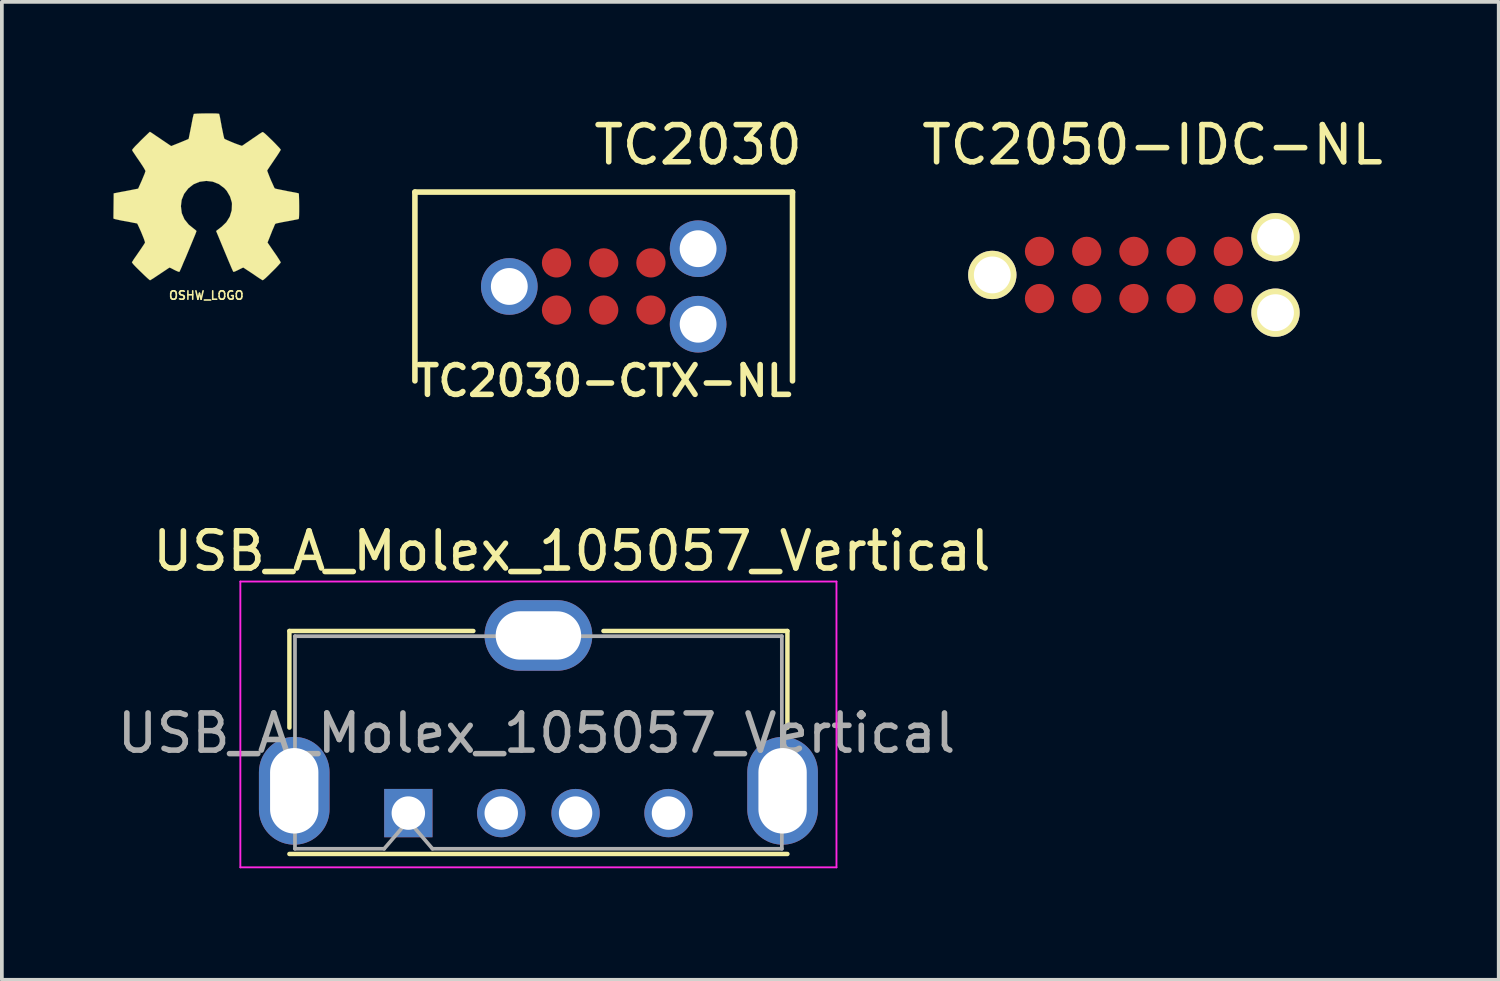
<source format=kicad_pcb>
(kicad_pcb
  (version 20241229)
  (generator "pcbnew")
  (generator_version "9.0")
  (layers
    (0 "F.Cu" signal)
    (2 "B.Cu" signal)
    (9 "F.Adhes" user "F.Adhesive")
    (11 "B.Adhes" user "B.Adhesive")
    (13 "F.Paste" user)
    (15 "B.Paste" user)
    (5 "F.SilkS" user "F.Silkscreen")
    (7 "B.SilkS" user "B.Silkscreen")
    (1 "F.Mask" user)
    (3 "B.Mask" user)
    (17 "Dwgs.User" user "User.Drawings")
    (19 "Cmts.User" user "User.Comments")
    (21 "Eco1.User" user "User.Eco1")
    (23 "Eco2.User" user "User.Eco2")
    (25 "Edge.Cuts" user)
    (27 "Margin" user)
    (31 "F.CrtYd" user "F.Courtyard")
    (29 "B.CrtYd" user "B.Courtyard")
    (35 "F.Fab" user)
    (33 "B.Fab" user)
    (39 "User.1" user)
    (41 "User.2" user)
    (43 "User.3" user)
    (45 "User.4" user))
  (footprint "OSHW_LOGO"
    (layer "F.Cu")
    (at 2.501 2.247)
    (property "Reference" "OSHW_LOGO" (at 0 2.652 0) (layer "F.SilkS") (effects (font (size 0.226 0.226) (thickness 0.043))))
    (attr through_hole)
    (fp_poly (pts (xy -1.514 2.245) (xy -1.488 2.23) (xy -1.43 2.195) (xy -1.346 2.139) (xy -1.247 2.073) (xy -1.148 2.007) (xy -1.067 1.953) (xy -1.011 1.915) (xy -0.986 1.902) (xy -0.973 1.908) (xy -0.927 1.93) (xy -0.859 1.966) (xy -0.818 1.986) (xy -0.757 2.012) (xy -0.724 2.019) (xy -0.719 2.009) (xy -0.696 1.961) (xy -0.66 1.88) (xy -0.615 1.77) (xy -0.559 1.643) (xy -0.503 1.509) (xy -0.445 1.369) (xy -0.389 1.234) (xy -0.34 1.115) (xy -0.3 1.019) (xy -0.274 0.95) (xy -0.264 0.922) (xy -0.267 0.914) (xy -0.3 0.884) (xy -0.353 0.843) (xy -0.472 0.747) (xy -0.589 0.602) (xy -0.66 0.437) (xy -0.683 0.251) (xy -0.663 0.081) (xy -0.597 -0.081) (xy -0.483 -0.229) (xy -0.343 -0.338) (xy -0.18 -0.406) (xy 0 -0.429) (xy 0.173 -0.409) (xy 0.34 -0.343) (xy 0.488 -0.231) (xy 0.551 -0.16) (xy 0.638 -0.01) (xy 0.686 0.147) (xy 0.691 0.188) (xy 0.683 0.363) (xy 0.632 0.533) (xy 0.538 0.683) (xy 0.409 0.808) (xy 0.394 0.818) (xy 0.335 0.864) (xy 0.295 0.894) (xy 0.264 0.919) (xy 0.488 1.458) (xy 0.523 1.542) (xy 0.584 1.689) (xy 0.638 1.816) (xy 0.681 1.918) (xy 0.711 1.984) (xy 0.724 2.012) (xy 0.724 2.014) (xy 0.744 2.017) (xy 0.785 2.002) (xy 0.861 1.966) (xy 0.909 1.941) (xy 0.968 1.913) (xy 0.993 1.902) (xy 1.016 1.915) (xy 1.069 1.951) (xy 1.151 2.004) (xy 1.247 2.068) (xy 1.339 2.131) (xy 1.422 2.187) (xy 1.483 2.225) (xy 1.514 2.243) (xy 1.519 2.243) (xy 1.544 2.228) (xy 1.593 2.187) (xy 1.666 2.118) (xy 1.77 2.014) (xy 1.786 1.999) (xy 1.872 1.913) (xy 1.941 1.839) (xy 1.986 1.788) (xy 2.004 1.765) (xy 1.989 1.735) (xy 1.951 1.674) (xy 1.895 1.587) (xy 1.826 1.488) (xy 1.648 1.229) (xy 1.745 0.986) (xy 1.775 0.909) (xy 1.814 0.82) (xy 1.841 0.754) (xy 1.857 0.726) (xy 1.882 0.716) (xy 1.951 0.701) (xy 2.047 0.681) (xy 2.162 0.66) (xy 2.273 0.64) (xy 2.372 0.62) (xy 2.443 0.607) (xy 2.477 0.599) (xy 2.484 0.594) (xy 2.492 0.579) (xy 2.494 0.546) (xy 2.497 0.485) (xy 2.499 0.391) (xy 2.499 0.251) (xy 2.499 0.236) (xy 2.497 0.107) (xy 2.494 0) (xy 2.492 -0.066) (xy 2.487 -0.094) (xy 2.456 -0.102) (xy 2.385 -0.117) (xy 2.286 -0.135) (xy 2.167 -0.157) (xy 2.159 -0.16) (xy 2.042 -0.183) (xy 1.943 -0.203) (xy 1.872 -0.218) (xy 1.844 -0.229) (xy 1.836 -0.236) (xy 1.814 -0.282) (xy 1.781 -0.356) (xy 1.74 -0.445) (xy 1.702 -0.538) (xy 1.669 -0.622) (xy 1.646 -0.683) (xy 1.638 -0.711) (xy 1.641 -0.714) (xy 1.659 -0.742) (xy 1.699 -0.803) (xy 1.755 -0.886) (xy 1.824 -0.988) (xy 1.829 -0.996) (xy 1.897 -1.095) (xy 1.953 -1.181) (xy 1.989 -1.24) (xy 2.004 -1.267) (xy 2.004 -1.27) (xy 1.981 -1.3) (xy 1.93 -1.356) (xy 1.857 -1.433) (xy 1.77 -1.521) (xy 1.742 -1.547) (xy 1.643 -1.643) (xy 1.577 -1.704) (xy 1.534 -1.737) (xy 1.514 -1.745) (xy 1.483 -1.727) (xy 1.42 -1.687) (xy 1.336 -1.628) (xy 1.234 -1.56) (xy 1.227 -1.554) (xy 1.128 -1.486) (xy 1.044 -1.43) (xy 0.986 -1.389) (xy 0.958 -1.374) (xy 0.955 -1.374) (xy 0.914 -1.387) (xy 0.843 -1.412) (xy 0.754 -1.445) (xy 0.663 -1.483) (xy 0.579 -1.519) (xy 0.516 -1.547) (xy 0.485 -1.565) (xy 0.475 -1.6) (xy 0.457 -1.676) (xy 0.437 -1.778) (xy 0.411 -1.9) (xy 0.409 -1.92) (xy 0.386 -2.04) (xy 0.368 -2.139) (xy 0.353 -2.207) (xy 0.345 -2.235) (xy 0.33 -2.238) (xy 0.272 -2.243) (xy 0.183 -2.245) (xy 0.074 -2.245) (xy -0.038 -2.245) (xy -0.147 -2.243) (xy -0.241 -2.24) (xy -0.31 -2.235) (xy -0.338 -2.23) (xy -0.338 -2.228) (xy -0.348 -2.189) (xy -0.366 -2.116) (xy -0.386 -2.012) (xy -0.409 -1.89) (xy -0.414 -1.867) (xy -0.437 -1.75) (xy -0.457 -1.651) (xy -0.47 -1.585) (xy -0.478 -1.557) (xy -0.49 -1.552) (xy -0.538 -1.532) (xy -0.617 -1.499) (xy -0.716 -1.458) (xy -0.945 -1.367) (xy -1.227 -1.557) (xy -1.252 -1.575) (xy -1.354 -1.643) (xy -1.435 -1.699) (xy -1.494 -1.737) (xy -1.516 -1.75) (xy -1.519 -1.75) (xy -1.547 -1.725) (xy -1.603 -1.671) (xy -1.679 -1.598) (xy -1.768 -1.511) (xy -1.831 -1.445) (xy -1.91 -1.367) (xy -1.958 -1.313) (xy -1.986 -1.28) (xy -1.994 -1.26) (xy -1.991 -1.245) (xy -1.974 -1.217) (xy -1.933 -1.156) (xy -1.875 -1.069) (xy -1.806 -0.97) (xy -1.75 -0.886) (xy -1.689 -0.792) (xy -1.651 -0.726) (xy -1.636 -0.693) (xy -1.641 -0.681) (xy -1.659 -0.625) (xy -1.694 -0.541) (xy -1.735 -0.442) (xy -1.834 -0.221) (xy -1.979 -0.193) (xy -2.068 -0.175) (xy -2.189 -0.152) (xy -2.309 -0.13) (xy -2.492 -0.094) (xy -2.499 0.582) (xy -2.471 0.594) (xy -2.443 0.602) (xy -2.375 0.617) (xy -2.278 0.638) (xy -2.162 0.658) (xy -2.065 0.676) (xy -1.966 0.696) (xy -1.895 0.709) (xy -1.864 0.716) (xy -1.854 0.726) (xy -1.831 0.775) (xy -1.796 0.851) (xy -1.755 0.942) (xy -1.717 1.036) (xy -1.681 1.125) (xy -1.659 1.191) (xy -1.648 1.224) (xy -1.661 1.252) (xy -1.699 1.311) (xy -1.753 1.392) (xy -1.821 1.491) (xy -1.887 1.587) (xy -1.946 1.671) (xy -1.984 1.732) (xy -2.002 1.76) (xy -1.991 1.778) (xy -1.953 1.826) (xy -1.88 1.902) (xy -1.768 2.012) (xy -1.75 2.029) (xy -1.664 2.113) (xy -1.59 2.182) (xy -1.537 2.228) (xy -1.514 2.245)) (stroke (width 0.003) (type solid)) (fill yes) (layer "F.SilkS")))
  (footprint "TC2030"
    (layer "F.Cu")
    (at 13.194 4.658)
    (property "Reference" "TC2030" (at 2.54 -3.81 0) (layer "F.SilkS") (effects (font (size 1 1) (thickness 0.15))))
    (attr through_hole)
    (fp_line (start -5.08 -2.54) (end -5.08 2.54) (stroke (width 0.15) (type solid)) (layer "F.SilkS"))
    (fp_line (start 5.08 -2.54) (end -5.08 -2.54) (stroke (width 0.15) (type solid)) (layer "F.SilkS"))
    (fp_line (start 5.08 2.54) (end 5.08 -2.54) (stroke (width 0.15) (type solid)) (layer "F.SilkS"))
    (fp_text user "TC2030-CTX-NL" (at 0 2.54 0) (layer "F.SilkS") (effects (font (size 0.8 0.8) (thickness 0.15))))
    (pad "" thru_hole circle (at -2.54 0) (size 1.524 1.524) (drill 0.991) (layers "*.Cu" "*.Mask"))
    (pad "" thru_hole circle (at 2.54 -1.016) (size 1.524 1.524) (drill 0.991) (layers "*.Cu" "*.Mask"))
    (pad "" thru_hole circle (at 2.54 1.016) (size 1.524 1.524) (drill 0.991) (layers "*.Cu" "*.Mask"))
    (pad "1" smd circle (at -1.27 0.635) (size 0.787 0.787) (layers "F.Cu" "F.Mask"))
    (pad "2" smd circle (at -1.27 -0.635) (size 0.787 0.787) (layers "F.Cu" "F.Mask"))
    (pad "3" smd circle (at 0 0.635) (size 0.787 0.787) (layers "F.Cu" "F.Mask"))
    (pad "4" smd circle (at 0 -0.635) (size 0.787 0.787) (layers "F.Cu" "F.Mask"))
    (pad "5" smd circle (at 1.27 0.635) (size 0.787 0.787) (layers "F.Cu" "F.Mask"))
    (pad "6" smd circle (at 1.27 -0.635) (size 0.787 0.787) (layers "F.Cu" "F.Mask")))
  (footprint "TC2050-IDC-NL"
    (layer "F.Cu")
    (at 27.46 4.348)
    (property "Reference" "TC2050-IDC-NL" (at 0.5 -3.5 0) (layer "F.SilkS") (effects (font (size 1 1) (thickness 0.15))))
    (attr through_hole)
    (pad "" thru_hole circle (at -3.81 0) (size 1.3 1.3) (drill 0.991) (layers "*.Cu" "*.Mask" "F.SilkS"))
    (pad "" thru_hole circle (at 3.81 -1.015) (size 1.3 1.3) (drill 0.991) (layers "*.Cu" "*.Mask" "F.SilkS"))
    (pad "" thru_hole circle (at 3.81 1.015) (size 1.3 1.3) (drill 0.991) (layers "*.Cu" "*.Mask" "F.SilkS"))
    (pad "1" smd circle (at -2.54 0.635) (size 0.787 0.787) (layers "F.Cu" "F.Mask"))
    (pad "2" smd circle (at -1.27 0.635) (size 0.787 0.787) (layers "F.Cu" "F.Mask"))
    (pad "3" smd circle (at 0 0.635) (size 0.787 0.787) (layers "F.Cu" "F.Mask"))
    (pad "4" smd circle (at 1.27 0.635) (size 0.787 0.787) (layers "F.Cu" "F.Mask"))
    (pad "5" smd circle (at 2.54 0.635) (size 0.787 0.787) (layers "F.Cu" "F.Mask"))
    (pad "6" smd circle (at 2.54 -0.635) (size 0.787 0.787) (layers "F.Cu" "F.Mask"))
    (pad "7" smd circle (at 1.27 -0.635) (size 0.787 0.787) (layers "F.Cu" "F.Mask"))
    (pad "8" smd circle (at 0 -0.635) (size 0.787 0.787) (layers "F.Cu" "F.Mask"))
    (pad "9" smd circle (at -1.27 -0.635) (size 0.787 0.787) (layers "F.Cu" "F.Mask"))
    (pad "10" smd circle (at -2.54 -0.635) (size 0.787 0.787) (layers "F.Cu" "F.Mask")))
  (footprint "USB_A_Molex_105057_Vertical"
    (layer "F.Cu")
    (at 7.937 18.828)
    (property "Reference" "USB_A_Molex_105057_Vertical" (at 4.4 -7.05 0) (layer "F.SilkS") (effects (font (size 1 1) (thickness 0.15))))
    (attr through_hole)
    (fp_line (start -3.2 -4.9) (end -3.2 -2.3) (stroke (width 0.12) (type solid)) (layer "F.SilkS"))
    (fp_line (start -3.2 -4.9) (end 1.75 -4.9) (stroke (width 0.12) (type solid)) (layer "F.SilkS"))
    (fp_line (start 10.2 -4.9) (end 5.25 -4.9) (stroke (width 0.12) (type solid)) (layer "F.SilkS"))
    (fp_line (start 10.2 -4.9) (end 10.2 -2.3) (stroke (width 0.12) (type solid)) (layer "F.SilkS"))
    (fp_line (start 10.2 1.1) (end -3.2 1.1) (stroke (width 0.12) (type solid)) (layer "F.SilkS"))
    (fp_line (start -4.52 -6.23) (end 11.52 -6.23) (stroke (width 0.05) (type solid)) (layer "F.CrtYd"))
    (fp_line (start -4.52 1.46) (end -4.52 -6.23) (stroke (width 0.05) (type solid)) (layer "F.CrtYd"))
    (fp_line (start 11.52 -6.23) (end 11.52 1.46) (stroke (width 0.05) (type solid)) (layer "F.CrtYd"))
    (fp_line (start 11.52 1.46) (end -4.52 1.46) (stroke (width 0.05) (type solid)) (layer "F.CrtYd"))
    (fp_line (start -3.05 -4.76) (end 10.05 -4.76) (stroke (width 0.1) (type solid)) (layer "F.Fab"))
    (fp_line (start -3.05 0.96) (end -3.05 -4.76) (stroke (width 0.1) (type solid)) (layer "F.Fab"))
    (fp_line (start -0.65 0.96) (end -3.05 0.96) (stroke (width 0.1) (type solid)) (layer "F.Fab"))
    (fp_line (start -0.65 0.96) (end 0 0.2) (stroke (width 0.1) (type solid)) (layer "F.Fab"))
    (fp_line (start 0 0.2) (end 0.65 0.96) (stroke (width 0.1) (type solid)) (layer "F.Fab"))
    (fp_line (start 10.05 -4.76) (end 10.05 0.96) (stroke (width 0.1) (type solid)) (layer "F.Fab"))
    (fp_line (start 10.05 0.96) (end 0.65 0.96) (stroke (width 0.1) (type solid)) (layer "F.Fab"))
    (fp_text user "${REFERENCE}" (at 3.45 -2.15 0) (layer "F.Fab") (effects (font (size 1 1) (thickness 0.15))))
    (pad "1" thru_hole rect (at 0 0) (size 1.3 1.3) (drill 0.9) (layers "*.Cu" "*.Mask"))
    (pad "2" thru_hole circle (at 2.5 0) (size 1.3 1.3) (drill 0.9) (layers "*.Cu" "*.Mask"))
    (pad "3" thru_hole circle (at 4.5 0) (size 1.3 1.3) (drill 0.9) (layers "*.Cu" "*.Mask"))
    (pad "4" thru_hole circle (at 7 0) (size 1.3 1.3) (drill 0.9) (layers "*.Cu" "*.Mask"))
    (pad "5" thru_hole oval (at -3.07 -0.6 180) (size 1.9 2.9) (drill oval 1.3 2.3) (layers "*.Cu" "*.Mask"))
    (pad "5" thru_hole oval (at 3.5 -4.78 90) (size 1.9 2.9) (drill oval 1.3 2.3) (layers "*.Cu" "*.Mask"))
    (pad "5" thru_hole oval (at 10.07 -0.6) (size 1.9 2.9) (drill oval 1.3 2.3) (layers "*.Cu" "*.Mask")))
  (gr_rect
    (start -3 -3)
    (end 37.276 23.313)
    (stroke (width 0.1) (type default))
    (fill no)
    (layer "Edge.Cuts")))
</source>
